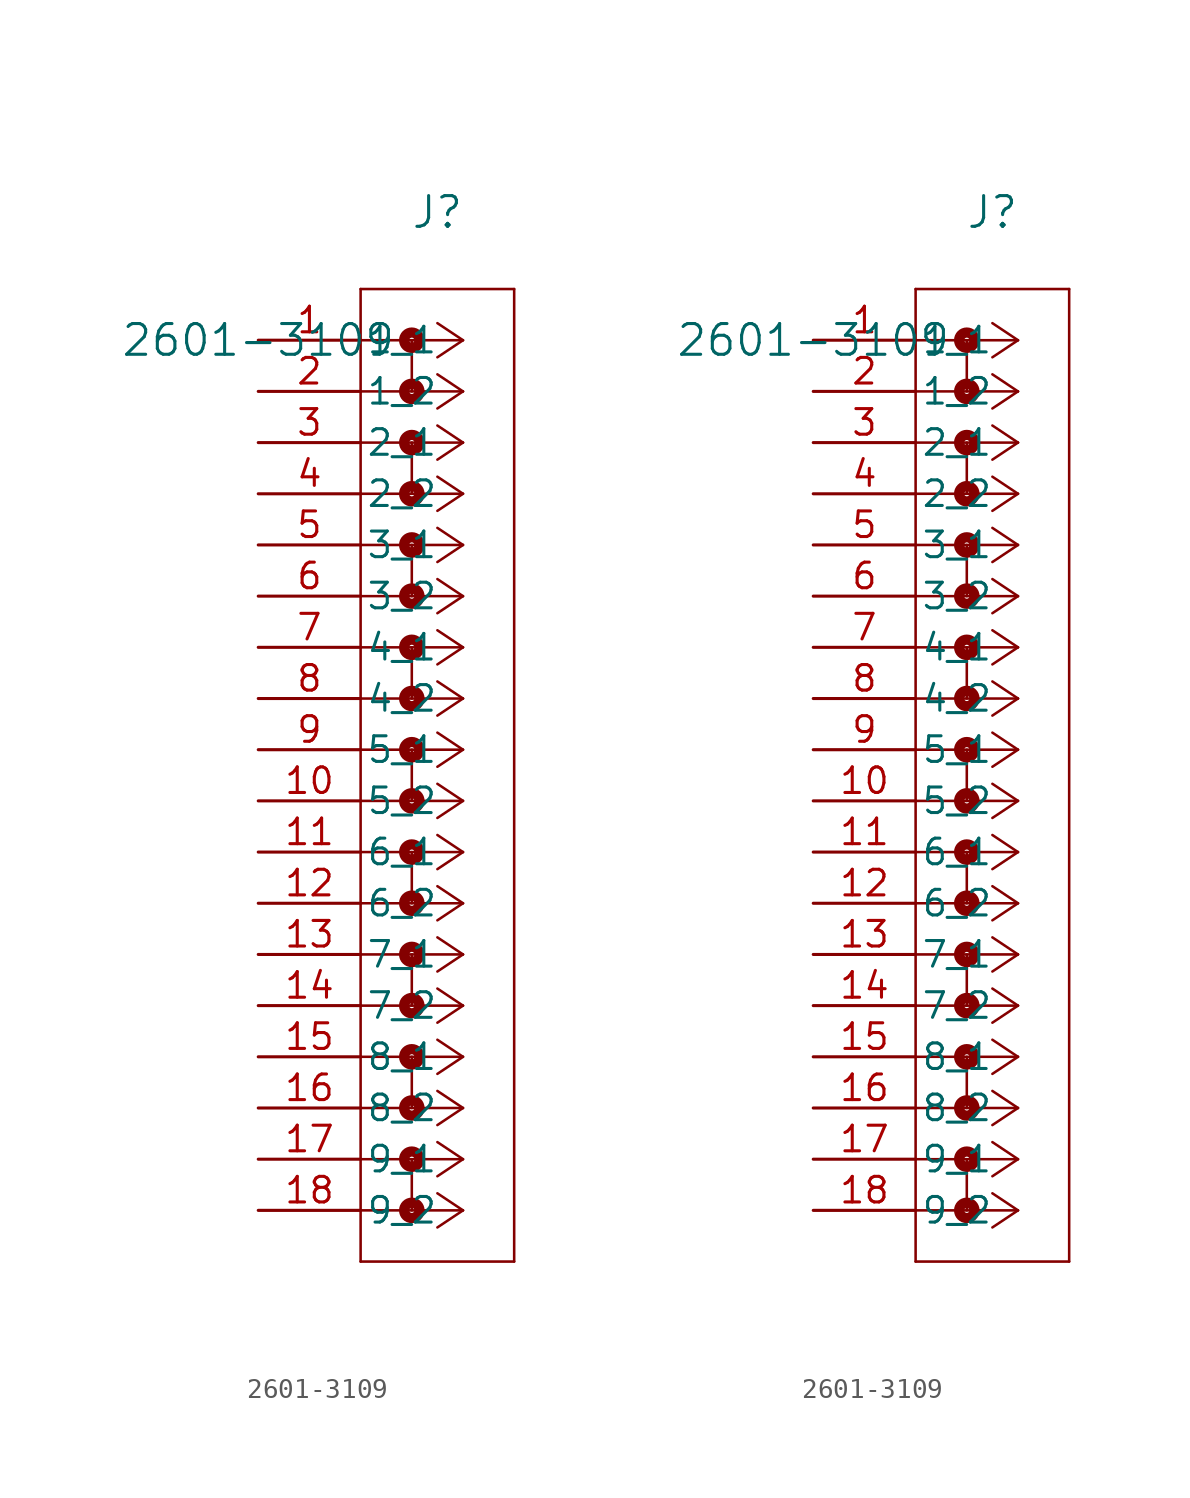
<source format=kicad_sym>
(kicad_symbol_lib
  (version 20211014)
  (generator kicad_symbol_editor)
  (symbol "2601-3109"
    (pin_names
      (offset 0.254))
    (property "Reference" "J"
      (at 8.89 6.35 0)
      (effects (font (size 1.524 1.524))))
    (property "Value" "2601-3109"
      (at 0 0 0)
      (effects (font (size 1.524 1.524))))
    (symbol "2601-3109_1_1"
      (polyline (pts (xy 10.16 0) (xy 5.08 0)) (stroke (width 0.127) (type default) (color 0 0 0 0)) (fill (type none)))
      (polyline (pts (xy 10.16 -2.54) (xy 5.08 -2.54)) (stroke (width 0.127) (type default) (color 0 0 0 0)) (fill (type none)))
      (polyline (pts (xy 10.16 -5.08) (xy 5.08 -5.08)) (stroke (width 0.127) (type default) (color 0 0 0 0)) (fill (type none)))
      (polyline (pts (xy 10.16 -7.62) (xy 5.08 -7.62)) (stroke (width 0.127) (type default) (color 0 0 0 0)) (fill (type none)))
      (polyline (pts (xy 10.16 -10.16) (xy 5.08 -10.16)) (stroke (width 0.127) (type default) (color 0 0 0 0)) (fill (type none)))
      (polyline (pts (xy 10.16 -12.7) (xy 5.08 -12.7)) (stroke (width 0.127) (type default) (color 0 0 0 0)) (fill (type none)))
      (polyline (pts (xy 10.16 -15.24) (xy 5.08 -15.24)) (stroke (width 0.127) (type default) (color 0 0 0 0)) (fill (type none)))
      (polyline (pts (xy 10.16 -17.78) (xy 5.08 -17.78)) (stroke (width 0.127) (type default) (color 0 0 0 0)) (fill (type none)))
      (polyline (pts (xy 10.16 -20.32) (xy 5.08 -20.32)) (stroke (width 0.127) (type default) (color 0 0 0 0)) (fill (type none)))
      (polyline (pts (xy 10.16 -22.86) (xy 5.08 -22.86)) (stroke (width 0.127) (type default) (color 0 0 0 0)) (fill (type none)))
      (polyline (pts (xy 10.16 -25.4) (xy 5.08 -25.4)) (stroke (width 0.127) (type default) (color 0 0 0 0)) (fill (type none)))
      (polyline (pts (xy 10.16 -27.94) (xy 5.08 -27.94)) (stroke (width 0.127) (type default) (color 0 0 0 0)) (fill (type none)))
      (polyline (pts (xy 10.16 -30.48) (xy 5.08 -30.48)) (stroke (width 0.127) (type default) (color 0 0 0 0)) (fill (type none)))
      (polyline (pts (xy 10.16 -33.02) (xy 5.08 -33.02)) (stroke (width 0.127) (type default) (color 0 0 0 0)) (fill (type none)))
      (polyline (pts (xy 10.16 -35.56) (xy 5.08 -35.56)) (stroke (width 0.127) (type default) (color 0 0 0 0)) (fill (type none)))
      (polyline (pts (xy 10.16 -38.1) (xy 5.08 -38.1)) (stroke (width 0.127) (type default) (color 0 0 0 0)) (fill (type none)))
      (polyline (pts (xy 10.16 -40.64) (xy 5.08 -40.64)) (stroke (width 0.127) (type default) (color 0 0 0 0)) (fill (type none)))
      (polyline (pts (xy 10.16 -43.18) (xy 5.08 -43.18)) (stroke (width 0.127) (type default) (color 0 0 0 0)) (fill (type none)))
      (polyline (pts (xy 10.16 0) (xy 8.89 0.847)) (stroke (width 0.127) (type default) (color 0 0 0 0)) (fill (type none)))
      (polyline (pts (xy 10.16 -2.54) (xy 8.89 -1.693)) (stroke (width 0.127) (type default) (color 0 0 0 0)) (fill (type none)))
      (polyline (pts (xy 10.16 -5.08) (xy 8.89 -4.233)) (stroke (width 0.127) (type default) (color 0 0 0 0)) (fill (type none)))
      (polyline (pts (xy 10.16 -7.62) (xy 8.89 -6.773)) (stroke (width 0.127) (type default) (color 0 0 0 0)) (fill (type none)))
      (polyline (pts (xy 10.16 -10.16) (xy 8.89 -9.313)) (stroke (width 0.127) (type default) (color 0 0 0 0)) (fill (type none)))
      (polyline (pts (xy 10.16 -12.7) (xy 8.89 -11.853)) (stroke (width 0.127) (type default) (color 0 0 0 0)) (fill (type none)))
      (polyline (pts (xy 10.16 -15.24) (xy 8.89 -14.393)) (stroke (width 0.127) (type default) (color 0 0 0 0)) (fill (type none)))
      (polyline (pts (xy 10.16 -17.78) (xy 8.89 -16.933)) (stroke (width 0.127) (type default) (color 0 0 0 0)) (fill (type none)))
      (polyline (pts (xy 10.16 -20.32) (xy 8.89 -19.473)) (stroke (width 0.127) (type default) (color 0 0 0 0)) (fill (type none)))
      (polyline (pts (xy 10.16 -22.86) (xy 8.89 -22.013)) (stroke (width 0.127) (type default) (color 0 0 0 0)) (fill (type none)))
      (polyline (pts (xy 10.16 -25.4) (xy 8.89 -24.553)) (stroke (width 0.127) (type default) (color 0 0 0 0)) (fill (type none)))
      (polyline (pts (xy 10.16 -27.94) (xy 8.89 -27.093)) (stroke (width 0.127) (type default) (color 0 0 0 0)) (fill (type none)))
      (polyline (pts (xy 10.16 -30.48) (xy 8.89 -29.633)) (stroke (width 0.127) (type default) (color 0 0 0 0)) (fill (type none)))
      (polyline (pts (xy 10.16 -33.02) (xy 8.89 -32.173)) (stroke (width 0.127) (type default) (color 0 0 0 0)) (fill (type none)))
      (polyline (pts (xy 10.16 -35.56) (xy 8.89 -34.713)) (stroke (width 0.127) (type default) (color 0 0 0 0)) (fill (type none)))
      (polyline (pts (xy 10.16 -38.1) (xy 8.89 -37.253)) (stroke (width 0.127) (type default) (color 0 0 0 0)) (fill (type none)))
      (polyline (pts (xy 10.16 -40.64) (xy 8.89 -39.793)) (stroke (width 0.127) (type default) (color 0 0 0 0)) (fill (type none)))
      (polyline (pts (xy 10.16 -43.18) (xy 8.89 -42.333)) (stroke (width 0.127) (type default) (color 0 0 0 0)) (fill (type none)))
      (polyline (pts (xy 10.16 0) (xy 8.89 -0.847)) (stroke (width 0.127) (type default) (color 0 0 0 0)) (fill (type none)))
      (polyline (pts (xy 10.16 -2.54) (xy 8.89 -3.387)) (stroke (width 0.127) (type default) (color 0 0 0 0)) (fill (type none)))
      (polyline (pts (xy 10.16 -5.08) (xy 8.89 -5.927)) (stroke (width 0.127) (type default) (color 0 0 0 0)) (fill (type none)))
      (polyline (pts (xy 10.16 -7.62) (xy 8.89 -8.467)) (stroke (width 0.127) (type default) (color 0 0 0 0)) (fill (type none)))
      (polyline (pts (xy 10.16 -10.16) (xy 8.89 -11.007)) (stroke (width 0.127) (type default) (color 0 0 0 0)) (fill (type none)))
      (polyline (pts (xy 10.16 -12.7) (xy 8.89 -13.547)) (stroke (width 0.127) (type default) (color 0 0 0 0)) (fill (type none)))
      (polyline (pts (xy 10.16 -15.24) (xy 8.89 -16.087)) (stroke (width 0.127) (type default) (color 0 0 0 0)) (fill (type none)))
      (polyline (pts (xy 10.16 -17.78) (xy 8.89 -18.627)) (stroke (width 0.127) (type default) (color 0 0 0 0)) (fill (type none)))
      (polyline (pts (xy 10.16 -20.32) (xy 8.89 -21.167)) (stroke (width 0.127) (type default) (color 0 0 0 0)) (fill (type none)))
      (polyline (pts (xy 10.16 -22.86) (xy 8.89 -23.707)) (stroke (width 0.127) (type default) (color 0 0 0 0)) (fill (type none)))
      (polyline (pts (xy 10.16 -25.4) (xy 8.89 -26.247)) (stroke (width 0.127) (type default) (color 0 0 0 0)) (fill (type none)))
      (polyline (pts (xy 10.16 -27.94) (xy 8.89 -28.787)) (stroke (width 0.127) (type default) (color 0 0 0 0)) (fill (type none)))
      (polyline (pts (xy 10.16 -30.48) (xy 8.89 -31.327)) (stroke (width 0.127) (type default) (color 0 0 0 0)) (fill (type none)))
      (polyline (pts (xy 10.16 -33.02) (xy 8.89 -33.867)) (stroke (width 0.127) (type default) (color 0 0 0 0)) (fill (type none)))
      (polyline (pts (xy 10.16 -35.56) (xy 8.89 -36.407)) (stroke (width 0.127) (type default) (color 0 0 0 0)) (fill (type none)))
      (polyline (pts (xy 10.16 -38.1) (xy 8.89 -38.947)) (stroke (width 0.127) (type default) (color 0 0 0 0)) (fill (type none)))
      (polyline (pts (xy 10.16 -40.64) (xy 8.89 -41.487)) (stroke (width 0.127) (type default) (color 0 0 0 0)) (fill (type none)))
      (polyline (pts (xy 10.16 -43.18) (xy 8.89 -44.027)) (stroke (width 0.127) (type default) (color 0 0 0 0)) (fill (type none)))
      (polyline (pts (xy 5.08 2.54) (xy 5.08 -45.72)) (stroke (width 0.127) (type default) (color 0 0 0 0)) (fill (type none)))
      (polyline (pts (xy 5.08 -45.72) (xy 12.7 -45.72)) (stroke (width 0.127) (type default) (color 0 0 0 0)) (fill (type none)))
      (polyline (pts (xy 12.7 -45.72) (xy 12.7 2.54)) (stroke (width 0.127) (type default) (color 0 0 0 0)) (fill (type none)))
      (polyline (pts (xy 12.7 2.54) (xy 5.08 2.54)) (stroke (width 0.127) (type default) (color 0 0 0 0)) (fill (type none)))
      (circle (center 7.62 0) (radius 0.127) (stroke (width 0.508) (type default) (color 0 0 0 0)) (fill (type none)))
      (polyline (pts (xy 7.62 0) (xy 7.62 -2.54)) (stroke (width 0.127) (type default) (color 0 0 0 0)) (fill (type none)))
      (circle (center 7.62 -2.54) (radius 0.127) (stroke (width 0.508) (type default) (color 0 0 0 0)) (fill (type none)))
      (circle (center 7.62 -5.08) (radius 0.127) (stroke (width 0.508) (type default) (color 0 0 0 0)) (fill (type none)))
      (polyline (pts (xy 7.62 -5.08) (xy 7.62 -7.62)) (stroke (width 0.127) (type default) (color 0 0 0 0)) (fill (type none)))
      (circle (center 7.62 -7.62) (radius 0.127) (stroke (width 0.508) (type default) (color 0 0 0 0)) (fill (type none)))
      (circle (center 7.62 -10.16) (radius 0.127) (stroke (width 0.508) (type default) (color 0 0 0 0)) (fill (type none)))
      (polyline (pts (xy 7.62 -10.16) (xy 7.62 -12.7)) (stroke (width 0.127) (type default) (color 0 0 0 0)) (fill (type none)))
      (circle (center 7.62 -12.7) (radius 0.127) (stroke (width 0.508) (type default) (color 0 0 0 0)) (fill (type none)))
      (circle (center 7.62 -15.24) (radius 0.127) (stroke (width 0.508) (type default) (color 0 0 0 0)) (fill (type none)))
      (polyline (pts (xy 7.62 -15.24) (xy 7.62 -17.78)) (stroke (width 0.127) (type default) (color 0 0 0 0)) (fill (type none)))
      (circle (center 7.62 -17.78) (radius 0.127) (stroke (width 0.508) (type default) (color 0 0 0 0)) (fill (type none)))
      (circle (center 7.62 -20.32) (radius 0.127) (stroke (width 0.508) (type default) (color 0 0 0 0)) (fill (type none)))
      (polyline (pts (xy 7.62 -20.32) (xy 7.62 -22.86)) (stroke (width 0.127) (type default) (color 0 0 0 0)) (fill (type none)))
      (circle (center 7.62 -22.86) (radius 0.127) (stroke (width 0.508) (type default) (color 0 0 0 0)) (fill (type none)))
      (circle (center 7.62 -25.4) (radius 0.127) (stroke (width 0.508) (type default) (color 0 0 0 0)) (fill (type none)))
      (polyline (pts (xy 7.62 -25.4) (xy 7.62 -27.94)) (stroke (width 0.127) (type default) (color 0 0 0 0)) (fill (type none)))
      (circle (center 7.62 -27.94) (radius 0.127) (stroke (width 0.508) (type default) (color 0 0 0 0)) (fill (type none)))
      (circle (center 7.62 -30.48) (radius 0.127) (stroke (width 0.508) (type default) (color 0 0 0 0)) (fill (type none)))
      (polyline (pts (xy 7.62 -30.48) (xy 7.62 -33.02)) (stroke (width 0.127) (type default) (color 0 0 0 0)) (fill (type none)))
      (circle (center 7.62 -33.02) (radius 0.127) (stroke (width 0.508) (type default) (color 0 0 0 0)) (fill (type none)))
      (circle (center 7.62 -35.56) (radius 0.127) (stroke (width 0.508) (type default) (color 0 0 0 0)) (fill (type none)))
      (polyline (pts (xy 7.62 -35.56) (xy 7.62 -38.1)) (stroke (width 0.127) (type default) (color 0 0 0 0)) (fill (type none)))
      (circle (center 7.62 -38.1) (radius 0.127) (stroke (width 0.508) (type default) (color 0 0 0 0)) (fill (type none)))
      (circle (center 7.62 -40.64) (radius 0.127) (stroke (width 0.508) (type default) (color 0 0 0 0)) (fill (type none)))
      (polyline (pts (xy 7.62 -40.64) (xy 7.62 -43.18)) (stroke (width 0.127) (type default) (color 0 0 0 0)) (fill (type none)))
      (circle (center 7.62 -43.18) (radius 0.127) (stroke (width 0.508) (type default) (color 0 0 0 0)) (fill (type none)))
      (pin unspecified line (at 0 0 0) (length 5.08) (name "1_1" (effects (font (size 1.27 1.27)))) (number "1" (effects (font (size 1.27 1.27)))))
      (pin unspecified line (at 0 -2.54 0) (length 5.08) (name "1_2" (effects (font (size 1.27 1.27)))) (number "2" (effects (font (size 1.27 1.27)))))
      (pin unspecified line (at 0 -5.08 0) (length 5.08) (name "2_1" (effects (font (size 1.27 1.27)))) (number "3" (effects (font (size 1.27 1.27)))))
      (pin unspecified line (at 0 -7.62 0) (length 5.08) (name "2_2" (effects (font (size 1.27 1.27)))) (number "4" (effects (font (size 1.27 1.27)))))
      (pin unspecified line (at 0 -10.16 0) (length 5.08) (name "3_1" (effects (font (size 1.27 1.27)))) (number "5" (effects (font (size 1.27 1.27)))))
      (pin unspecified line (at 0 -12.7 0) (length 5.08) (name "3_2" (effects (font (size 1.27 1.27)))) (number "6" (effects (font (size 1.27 1.27)))))
      (pin unspecified line (at 0 -15.24 0) (length 5.08) (name "4_1" (effects (font (size 1.27 1.27)))) (number "7" (effects (font (size 1.27 1.27)))))
      (pin unspecified line (at 0 -17.78 0) (length 5.08) (name "4_2" (effects (font (size 1.27 1.27)))) (number "8" (effects (font (size 1.27 1.27)))))
      (pin unspecified line (at 0 -20.32 0) (length 5.08) (name "5_1" (effects (font (size 1.27 1.27)))) (number "9" (effects (font (size 1.27 1.27)))))
      (pin unspecified line (at 0 -22.86 0) (length 5.08) (name "5_2" (effects (font (size 1.27 1.27)))) (number "10" (effects (font (size 1.27 1.27)))))
      (pin unspecified line (at 0 -25.4 0) (length 5.08) (name "6_1" (effects (font (size 1.27 1.27)))) (number "11" (effects (font (size 1.27 1.27)))))
      (pin unspecified line (at 0 -27.94 0) (length 5.08) (name "6_2" (effects (font (size 1.27 1.27)))) (number "12" (effects (font (size 1.27 1.27)))))
      (pin unspecified line (at 0 -30.48 0) (length 5.08) (name "7_1" (effects (font (size 1.27 1.27)))) (number "13" (effects (font (size 1.27 1.27)))))
      (pin unspecified line (at 0 -33.02 0) (length 5.08) (name "7_2" (effects (font (size 1.27 1.27)))) (number "14" (effects (font (size 1.27 1.27)))))
      (pin unspecified line (at 0 -35.56 0) (length 5.08) (name "8_1" (effects (font (size 1.27 1.27)))) (number "15" (effects (font (size 1.27 1.27)))))
      (pin unspecified line (at 0 -38.1 0) (length 5.08) (name "8_2" (effects (font (size 1.27 1.27)))) (number "16" (effects (font (size 1.27 1.27)))))
      (pin unspecified line (at 0 -40.64 0) (length 5.08) (name "9_1" (effects (font (size 1.27 1.27)))) (number "17" (effects (font (size 1.27 1.27)))))
      (pin unspecified line (at 0 -43.18 0) (length 5.08) (name "9_2" (effects (font (size 1.27 1.27)))) (number "18" (effects (font (size 1.27 1.27))))))
    (symbol "2601-3109_1_2"
      (polyline (pts (xy 10.16 0) (xy 5.08 0)) (stroke (width 0.127) (type default) (color 0 0 0 0)) (fill (type none)))
      (polyline (pts (xy 10.16 -2.54) (xy 5.08 -2.54)) (stroke (width 0.127) (type default) (color 0 0 0 0)) (fill (type none)))
      (polyline (pts (xy 10.16 -5.08) (xy 5.08 -5.08)) (stroke (width 0.127) (type default) (color 0 0 0 0)) (fill (type none)))
      (polyline (pts (xy 10.16 -7.62) (xy 5.08 -7.62)) (stroke (width 0.127) (type default) (color 0 0 0 0)) (fill (type none)))
      (polyline (pts (xy 10.16 -10.16) (xy 5.08 -10.16)) (stroke (width 0.127) (type default) (color 0 0 0 0)) (fill (type none)))
      (polyline (pts (xy 10.16 -12.7) (xy 5.08 -12.7)) (stroke (width 0.127) (type default) (color 0 0 0 0)) (fill (type none)))
      (polyline (pts (xy 10.16 -15.24) (xy 5.08 -15.24)) (stroke (width 0.127) (type default) (color 0 0 0 0)) (fill (type none)))
      (polyline (pts (xy 10.16 -17.78) (xy 5.08 -17.78)) (stroke (width 0.127) (type default) (color 0 0 0 0)) (fill (type none)))
      (polyline (pts (xy 10.16 -20.32) (xy 5.08 -20.32)) (stroke (width 0.127) (type default) (color 0 0 0 0)) (fill (type none)))
      (polyline (pts (xy 10.16 -22.86) (xy 5.08 -22.86)) (stroke (width 0.127) (type default) (color 0 0 0 0)) (fill (type none)))
      (polyline (pts (xy 10.16 -25.4) (xy 5.08 -25.4)) (stroke (width 0.127) (type default) (color 0 0 0 0)) (fill (type none)))
      (polyline (pts (xy 10.16 -27.94) (xy 5.08 -27.94)) (stroke (width 0.127) (type default) (color 0 0 0 0)) (fill (type none)))
      (polyline (pts (xy 10.16 -30.48) (xy 5.08 -30.48)) (stroke (width 0.127) (type default) (color 0 0 0 0)) (fill (type none)))
      (polyline (pts (xy 10.16 -33.02) (xy 5.08 -33.02)) (stroke (width 0.127) (type default) (color 0 0 0 0)) (fill (type none)))
      (polyline (pts (xy 10.16 -35.56) (xy 5.08 -35.56)) (stroke (width 0.127) (type default) (color 0 0 0 0)) (fill (type none)))
      (polyline (pts (xy 10.16 -38.1) (xy 5.08 -38.1)) (stroke (width 0.127) (type default) (color 0 0 0 0)) (fill (type none)))
      (polyline (pts (xy 10.16 -40.64) (xy 5.08 -40.64)) (stroke (width 0.127) (type default) (color 0 0 0 0)) (fill (type none)))
      (polyline (pts (xy 10.16 -43.18) (xy 5.08 -43.18)) (stroke (width 0.127) (type default) (color 0 0 0 0)) (fill (type none)))
      (polyline (pts (xy 10.16 0) (xy 8.89 0.847)) (stroke (width 0.127) (type default) (color 0 0 0 0)) (fill (type none)))
      (polyline (pts (xy 10.16 -2.54) (xy 8.89 -1.693)) (stroke (width 0.127) (type default) (color 0 0 0 0)) (fill (type none)))
      (polyline (pts (xy 10.16 -5.08) (xy 8.89 -4.233)) (stroke (width 0.127) (type default) (color 0 0 0 0)) (fill (type none)))
      (polyline (pts (xy 10.16 -7.62) (xy 8.89 -6.773)) (stroke (width 0.127) (type default) (color 0 0 0 0)) (fill (type none)))
      (polyline (pts (xy 10.16 -10.16) (xy 8.89 -9.313)) (stroke (width 0.127) (type default) (color 0 0 0 0)) (fill (type none)))
      (polyline (pts (xy 10.16 -12.7) (xy 8.89 -11.853)) (stroke (width 0.127) (type default) (color 0 0 0 0)) (fill (type none)))
      (polyline (pts (xy 10.16 -15.24) (xy 8.89 -14.393)) (stroke (width 0.127) (type default) (color 0 0 0 0)) (fill (type none)))
      (polyline (pts (xy 10.16 -17.78) (xy 8.89 -16.933)) (stroke (width 0.127) (type default) (color 0 0 0 0)) (fill (type none)))
      (polyline (pts (xy 10.16 -20.32) (xy 8.89 -19.473)) (stroke (width 0.127) (type default) (color 0 0 0 0)) (fill (type none)))
      (polyline (pts (xy 10.16 -22.86) (xy 8.89 -22.013)) (stroke (width 0.127) (type default) (color 0 0 0 0)) (fill (type none)))
      (polyline (pts (xy 10.16 -25.4) (xy 8.89 -24.553)) (stroke (width 0.127) (type default) (color 0 0 0 0)) (fill (type none)))
      (polyline (pts (xy 10.16 -27.94) (xy 8.89 -27.093)) (stroke (width 0.127) (type default) (color 0 0 0 0)) (fill (type none)))
      (polyline (pts (xy 10.16 -30.48) (xy 8.89 -29.633)) (stroke (width 0.127) (type default) (color 0 0 0 0)) (fill (type none)))
      (polyline (pts (xy 10.16 -33.02) (xy 8.89 -32.173)) (stroke (width 0.127) (type default) (color 0 0 0 0)) (fill (type none)))
      (polyline (pts (xy 10.16 -35.56) (xy 8.89 -34.713)) (stroke (width 0.127) (type default) (color 0 0 0 0)) (fill (type none)))
      (polyline (pts (xy 10.16 -38.1) (xy 8.89 -37.253)) (stroke (width 0.127) (type default) (color 0 0 0 0)) (fill (type none)))
      (polyline (pts (xy 10.16 -40.64) (xy 8.89 -39.793)) (stroke (width 0.127) (type default) (color 0 0 0 0)) (fill (type none)))
      (polyline (pts (xy 10.16 -43.18) (xy 8.89 -42.333)) (stroke (width 0.127) (type default) (color 0 0 0 0)) (fill (type none)))
      (polyline (pts (xy 10.16 0) (xy 8.89 -0.847)) (stroke (width 0.127) (type default) (color 0 0 0 0)) (fill (type none)))
      (polyline (pts (xy 10.16 -2.54) (xy 8.89 -3.387)) (stroke (width 0.127) (type default) (color 0 0 0 0)) (fill (type none)))
      (polyline (pts (xy 10.16 -5.08) (xy 8.89 -5.927)) (stroke (width 0.127) (type default) (color 0 0 0 0)) (fill (type none)))
      (polyline (pts (xy 10.16 -7.62) (xy 8.89 -8.467)) (stroke (width 0.127) (type default) (color 0 0 0 0)) (fill (type none)))
      (polyline (pts (xy 10.16 -10.16) (xy 8.89 -11.007)) (stroke (width 0.127) (type default) (color 0 0 0 0)) (fill (type none)))
      (polyline (pts (xy 10.16 -12.7) (xy 8.89 -13.547)) (stroke (width 0.127) (type default) (color 0 0 0 0)) (fill (type none)))
      (polyline (pts (xy 10.16 -15.24) (xy 8.89 -16.087)) (stroke (width 0.127) (type default) (color 0 0 0 0)) (fill (type none)))
      (polyline (pts (xy 10.16 -17.78) (xy 8.89 -18.627)) (stroke (width 0.127) (type default) (color 0 0 0 0)) (fill (type none)))
      (polyline (pts (xy 10.16 -20.32) (xy 8.89 -21.167)) (stroke (width 0.127) (type default) (color 0 0 0 0)) (fill (type none)))
      (polyline (pts (xy 10.16 -22.86) (xy 8.89 -23.707)) (stroke (width 0.127) (type default) (color 0 0 0 0)) (fill (type none)))
      (polyline (pts (xy 10.16 -25.4) (xy 8.89 -26.247)) (stroke (width 0.127) (type default) (color 0 0 0 0)) (fill (type none)))
      (polyline (pts (xy 10.16 -27.94) (xy 8.89 -28.787)) (stroke (width 0.127) (type default) (color 0 0 0 0)) (fill (type none)))
      (polyline (pts (xy 10.16 -30.48) (xy 8.89 -31.327)) (stroke (width 0.127) (type default) (color 0 0 0 0)) (fill (type none)))
      (polyline (pts (xy 10.16 -33.02) (xy 8.89 -33.867)) (stroke (width 0.127) (type default) (color 0 0 0 0)) (fill (type none)))
      (polyline (pts (xy 10.16 -35.56) (xy 8.89 -36.407)) (stroke (width 0.127) (type default) (color 0 0 0 0)) (fill (type none)))
      (polyline (pts (xy 10.16 -38.1) (xy 8.89 -38.947)) (stroke (width 0.127) (type default) (color 0 0 0 0)) (fill (type none)))
      (polyline (pts (xy 10.16 -40.64) (xy 8.89 -41.487)) (stroke (width 0.127) (type default) (color 0 0 0 0)) (fill (type none)))
      (polyline (pts (xy 10.16 -43.18) (xy 8.89 -44.027)) (stroke (width 0.127) (type default) (color 0 0 0 0)) (fill (type none)))
      (polyline (pts (xy 5.08 2.54) (xy 5.08 -45.72)) (stroke (width 0.127) (type default) (color 0 0 0 0)) (fill (type none)))
      (polyline (pts (xy 5.08 -45.72) (xy 12.7 -45.72)) (stroke (width 0.127) (type default) (color 0 0 0 0)) (fill (type none)))
      (polyline (pts (xy 12.7 -45.72) (xy 12.7 2.54)) (stroke (width 0.127) (type default) (color 0 0 0 0)) (fill (type none)))
      (polyline (pts (xy 12.7 2.54) (xy 5.08 2.54)) (stroke (width 0.127) (type default) (color 0 0 0 0)) (fill (type none)))
      (circle (center 7.62 0) (radius 0.127) (stroke (width 0.508) (type default) (color 0 0 0 0)) (fill (type none)))
      (polyline (pts (xy 7.62 0) (xy 7.62 -2.54)) (stroke (width 0.127) (type default) (color 0 0 0 0)) (fill (type none)))
      (circle (center 7.62 -2.54) (radius 0.127) (stroke (width 0.508) (type default) (color 0 0 0 0)) (fill (type none)))
      (circle (center 7.62 -5.08) (radius 0.127) (stroke (width 0.508) (type default) (color 0 0 0 0)) (fill (type none)))
      (polyline (pts (xy 7.62 -5.08) (xy 7.62 -7.62)) (stroke (width 0.127) (type default) (color 0 0 0 0)) (fill (type none)))
      (circle (center 7.62 -7.62) (radius 0.127) (stroke (width 0.508) (type default) (color 0 0 0 0)) (fill (type none)))
      (circle (center 7.62 -10.16) (radius 0.127) (stroke (width 0.508) (type default) (color 0 0 0 0)) (fill (type none)))
      (polyline (pts (xy 7.62 -10.16) (xy 7.62 -12.7)) (stroke (width 0.127) (type default) (color 0 0 0 0)) (fill (type none)))
      (circle (center 7.62 -12.7) (radius 0.127) (stroke (width 0.508) (type default) (color 0 0 0 0)) (fill (type none)))
      (circle (center 7.62 -15.24) (radius 0.127) (stroke (width 0.508) (type default) (color 0 0 0 0)) (fill (type none)))
      (polyline (pts (xy 7.62 -15.24) (xy 7.62 -17.78)) (stroke (width 0.127) (type default) (color 0 0 0 0)) (fill (type none)))
      (circle (center 7.62 -17.78) (radius 0.127) (stroke (width 0.508) (type default) (color 0 0 0 0)) (fill (type none)))
      (circle (center 7.62 -20.32) (radius 0.127) (stroke (width 0.508) (type default) (color 0 0 0 0)) (fill (type none)))
      (polyline (pts (xy 7.62 -20.32) (xy 7.62 -22.86)) (stroke (width 0.127) (type default) (color 0 0 0 0)) (fill (type none)))
      (circle (center 7.62 -22.86) (radius 0.127) (stroke (width 0.508) (type default) (color 0 0 0 0)) (fill (type none)))
      (circle (center 7.62 -25.4) (radius 0.127) (stroke (width 0.508) (type default) (color 0 0 0 0)) (fill (type none)))
      (polyline (pts (xy 7.62 -25.4) (xy 7.62 -27.94)) (stroke (width 0.127) (type default) (color 0 0 0 0)) (fill (type none)))
      (circle (center 7.62 -27.94) (radius 0.127) (stroke (width 0.508) (type default) (color 0 0 0 0)) (fill (type none)))
      (circle (center 7.62 -30.48) (radius 0.127) (stroke (width 0.508) (type default) (color 0 0 0 0)) (fill (type none)))
      (polyline (pts (xy 7.62 -30.48) (xy 7.62 -33.02)) (stroke (width 0.127) (type default) (color 0 0 0 0)) (fill (type none)))
      (circle (center 7.62 -33.02) (radius 0.127) (stroke (width 0.508) (type default) (color 0 0 0 0)) (fill (type none)))
      (circle (center 7.62 -35.56) (radius 0.127) (stroke (width 0.508) (type default) (color 0 0 0 0)) (fill (type none)))
      (polyline (pts (xy 7.62 -35.56) (xy 7.62 -38.1)) (stroke (width 0.127) (type default) (color 0 0 0 0)) (fill (type none)))
      (circle (center 7.62 -38.1) (radius 0.127) (stroke (width 0.508) (type default) (color 0 0 0 0)) (fill (type none)))
      (circle (center 7.62 -40.64) (radius 0.127) (stroke (width 0.508) (type default) (color 0 0 0 0)) (fill (type none)))
      (polyline (pts (xy 7.62 -40.64) (xy 7.62 -43.18)) (stroke (width 0.127) (type default) (color 0 0 0 0)) (fill (type none)))
      (circle (center 7.62 -43.18) (radius 0.127) (stroke (width 0.508) (type default) (color 0 0 0 0)) (fill (type none)))
      (pin unspecified line (at 0 0 0) (length 5.08) (name "1_1" (effects (font (size 1.27 1.27)))) (number "1" (effects (font (size 1.27 1.27)))))
      (pin unspecified line (at 0 -2.54 0) (length 5.08) (name "1_2" (effects (font (size 1.27 1.27)))) (number "2" (effects (font (size 1.27 1.27)))))
      (pin unspecified line (at 0 -5.08 0) (length 5.08) (name "2_1" (effects (font (size 1.27 1.27)))) (number "3" (effects (font (size 1.27 1.27)))))
      (pin unspecified line (at 0 -7.62 0) (length 5.08) (name "2_2" (effects (font (size 1.27 1.27)))) (number "4" (effects (font (size 1.27 1.27)))))
      (pin unspecified line (at 0 -10.16 0) (length 5.08) (name "3_1" (effects (font (size 1.27 1.27)))) (number "5" (effects (font (size 1.27 1.27)))))
      (pin unspecified line (at 0 -12.7 0) (length 5.08) (name "3_2" (effects (font (size 1.27 1.27)))) (number "6" (effects (font (size 1.27 1.27)))))
      (pin unspecified line (at 0 -15.24 0) (length 5.08) (name "4_1" (effects (font (size 1.27 1.27)))) (number "7" (effects (font (size 1.27 1.27)))))
      (pin unspecified line (at 0 -17.78 0) (length 5.08) (name "4_2" (effects (font (size 1.27 1.27)))) (number "8" (effects (font (size 1.27 1.27)))))
      (pin unspecified line (at 0 -20.32 0) (length 5.08) (name "5_1" (effects (font (size 1.27 1.27)))) (number "9" (effects (font (size 1.27 1.27)))))
      (pin unspecified line (at 0 -22.86 0) (length 5.08) (name "5_2" (effects (font (size 1.27 1.27)))) (number "10" (effects (font (size 1.27 1.27)))))
      (pin unspecified line (at 0 -25.4 0) (length 5.08) (name "6_1" (effects (font (size 1.27 1.27)))) (number "11" (effects (font (size 1.27 1.27)))))
      (pin unspecified line (at 0 -27.94 0) (length 5.08) (name "6_2" (effects (font (size 1.27 1.27)))) (number "12" (effects (font (size 1.27 1.27)))))
      (pin unspecified line (at 0 -30.48 0) (length 5.08) (name "7_1" (effects (font (size 1.27 1.27)))) (number "13" (effects (font (size 1.27 1.27)))))
      (pin unspecified line (at 0 -33.02 0) (length 5.08) (name "7_2" (effects (font (size 1.27 1.27)))) (number "14" (effects (font (size 1.27 1.27)))))
      (pin unspecified line (at 0 -35.56 0) (length 5.08) (name "8_1" (effects (font (size 1.27 1.27)))) (number "15" (effects (font (size 1.27 1.27)))))
      (pin unspecified line (at 0 -38.1 0) (length 5.08) (name "8_2" (effects (font (size 1.27 1.27)))) (number "16" (effects (font (size 1.27 1.27)))))
      (pin unspecified line (at 0 -40.64 0) (length 5.08) (name "9_1" (effects (font (size 1.27 1.27)))) (number "17" (effects (font (size 1.27 1.27)))))
      (pin unspecified line (at 0 -43.18 0) (length 5.08) (name "9_2" (effects (font (size 1.27 1.27)))) (number "18" (effects (font (size 1.27 1.27))))))))
</source>
